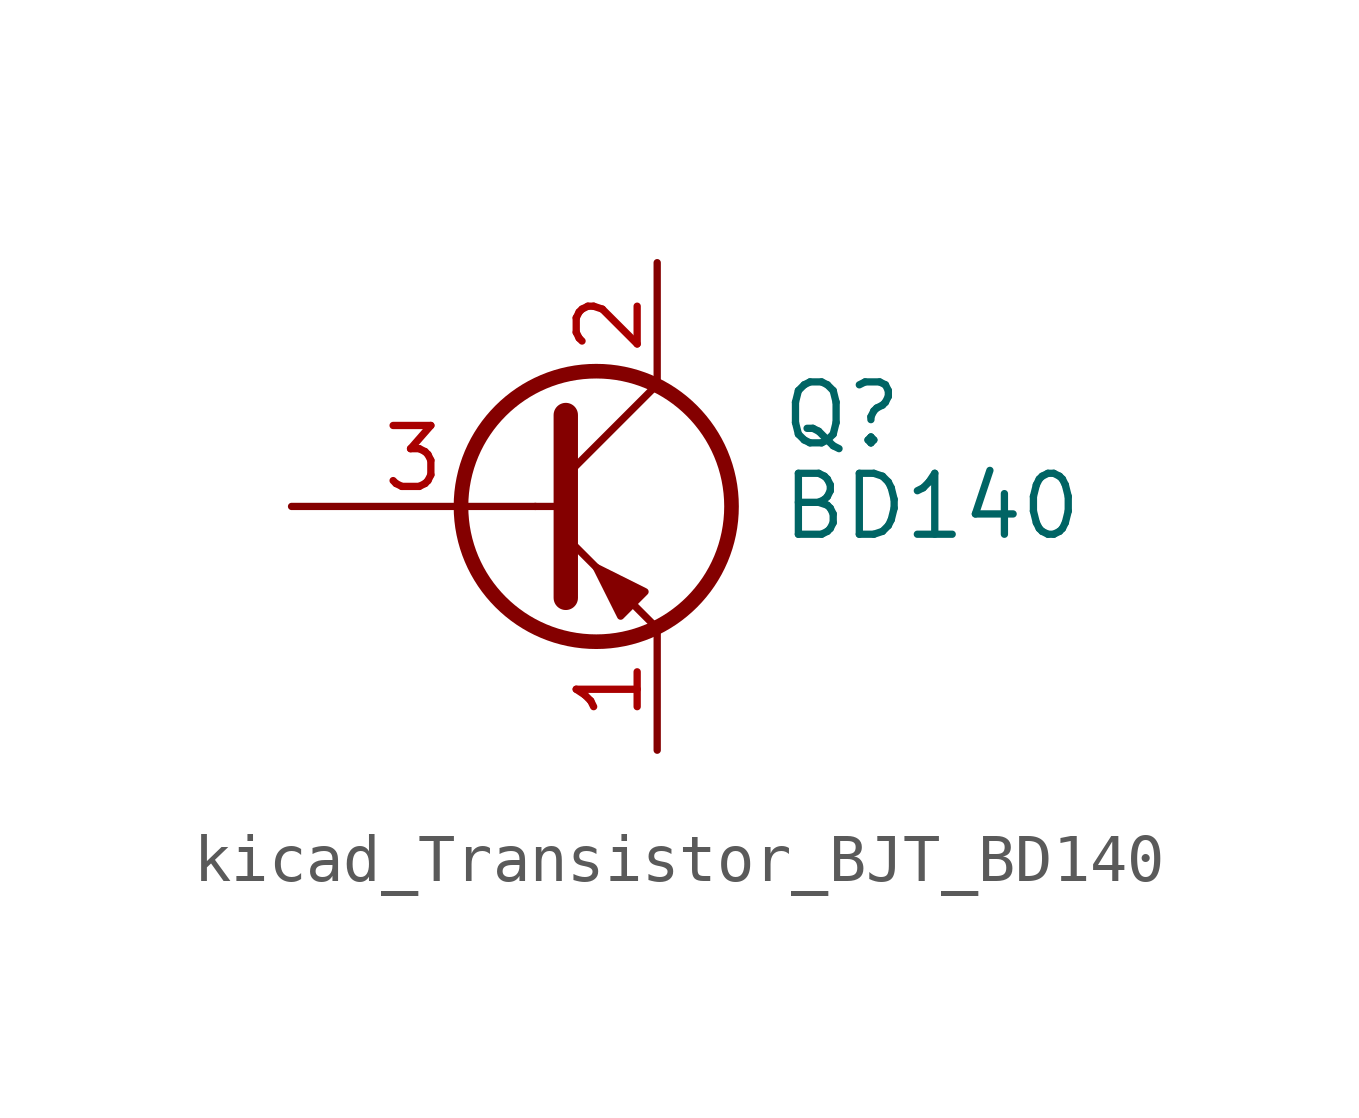
<source format=kicad_sym>
(kicad_symbol_lib
  (version 20220914)
  (generator kicad_symbol_editor)
  (symbol "kicad_Transistor_BJT_BD140"
    (pin_names
      (offset 0) hide)
    (property "Reference" "Q"
      (at 5.08 1.905 0)
      (effects (font (size 1.27 1.27)) (justify left)))
    (property "Value" "BD140"
      (at 5.08 0 0)
      (effects (font (size 1.27 1.27)) (justify left)))
    (symbol "kicad_Transistor_BJT_BD140_0_1"
      (polyline (pts (xy 0 0) (xy 0.635 0)) (stroke (width 0) (type default)) (fill (type none)))
      (polyline (pts (xy 2.54 -2.54) (xy 0.635 -0.635)) (stroke (width 0) (type default)) (fill (type none)))
      (polyline (pts (xy 2.54 2.54) (xy 0.635 0.635)) (stroke (width 0) (type default)) (fill (type none)))
      (polyline (pts (xy 0.635 1.905) (xy 0.635 -1.905) (xy 0.635 -1.905)) (stroke (width 0.508) (type default)) (fill (type outline)))
      (polyline (pts (xy 1.778 -2.286) (xy 2.286 -1.778) (xy 1.27 -1.27) (xy 1.778 -2.286) (xy 1.778 -2.286)) (stroke (width 0) (type default)) (fill (type outline)))
      (circle (center 1.27 0) (radius 2.819) (stroke (width 0.305) (type default)) (fill (type none))))
    (symbol "kicad_Transistor_BJT_BD140_1_1"
      (pin passive line (at 2.54 -5.08 90) (length 2.54) (name "E" (effects (font (size 1.27 1.27)))) (number "1" (effects (font (size 1.27 1.27)))))
      (pin passive line (at 2.54 5.08 270) (length 2.54) (name "C" (effects (font (size 1.27 1.27)))) (number "2" (effects (font (size 1.27 1.27)))))
      (pin input line (at -5.08 0 0) (length 5.08) (name "B" (effects (font (size 1.27 1.27)))) (number "3" (effects (font (size 1.27 1.27))))))))
</source>
